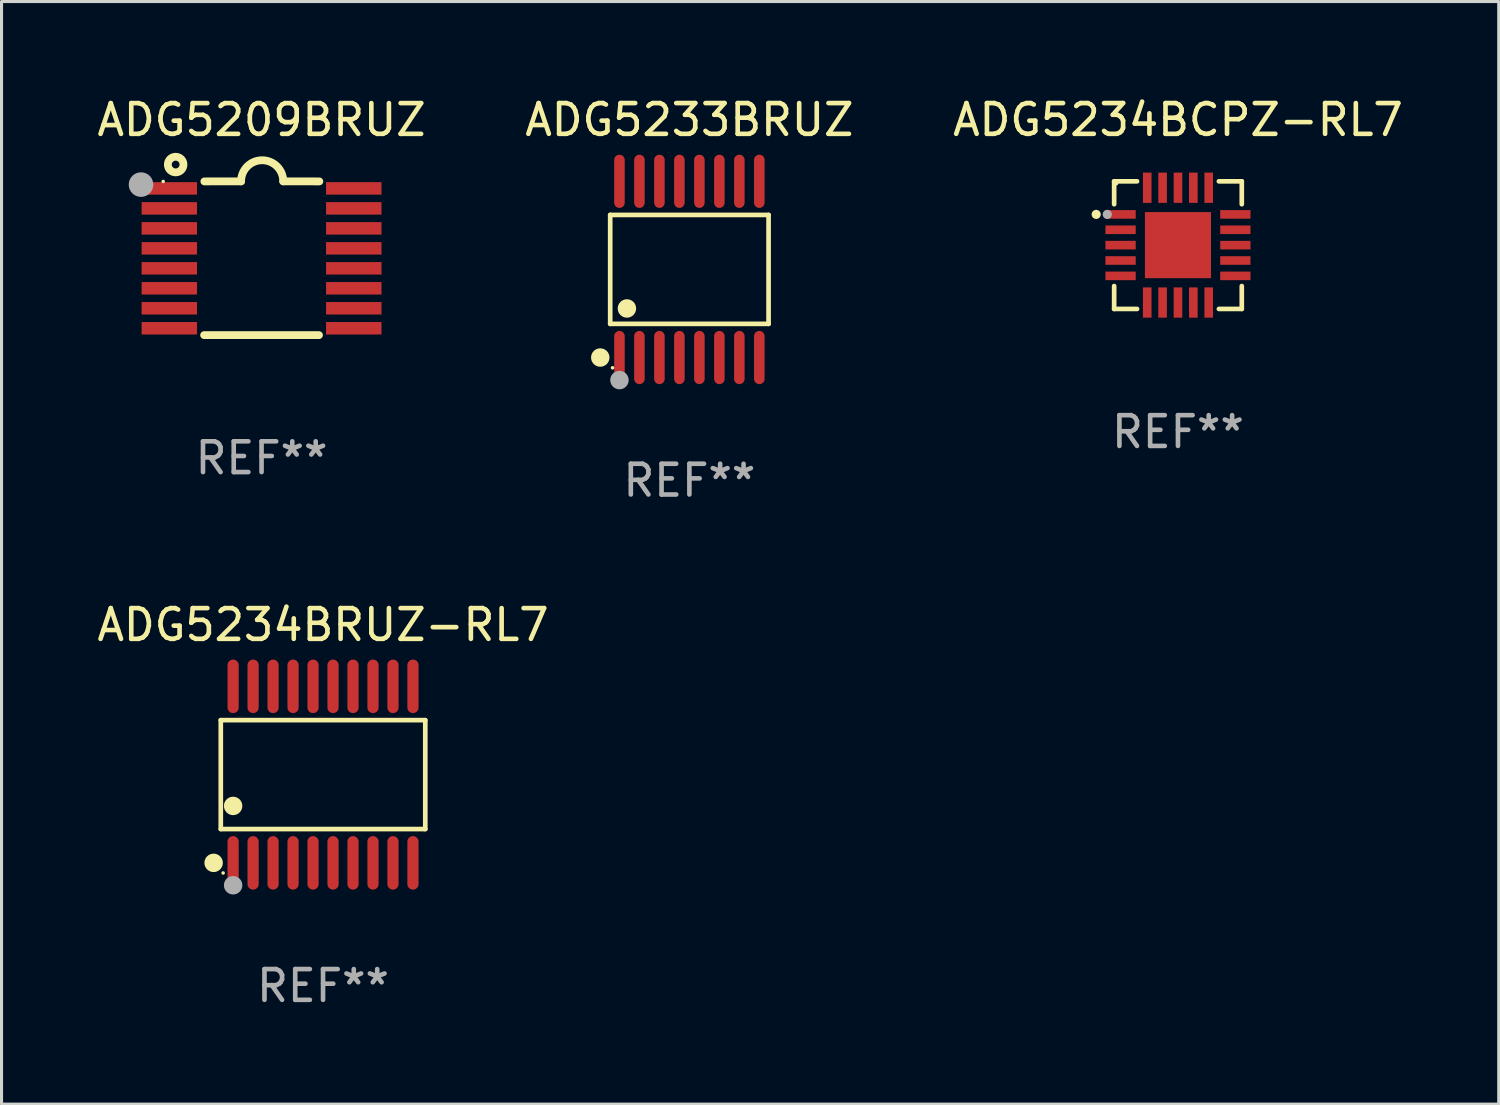
<source format=kicad_pcb>
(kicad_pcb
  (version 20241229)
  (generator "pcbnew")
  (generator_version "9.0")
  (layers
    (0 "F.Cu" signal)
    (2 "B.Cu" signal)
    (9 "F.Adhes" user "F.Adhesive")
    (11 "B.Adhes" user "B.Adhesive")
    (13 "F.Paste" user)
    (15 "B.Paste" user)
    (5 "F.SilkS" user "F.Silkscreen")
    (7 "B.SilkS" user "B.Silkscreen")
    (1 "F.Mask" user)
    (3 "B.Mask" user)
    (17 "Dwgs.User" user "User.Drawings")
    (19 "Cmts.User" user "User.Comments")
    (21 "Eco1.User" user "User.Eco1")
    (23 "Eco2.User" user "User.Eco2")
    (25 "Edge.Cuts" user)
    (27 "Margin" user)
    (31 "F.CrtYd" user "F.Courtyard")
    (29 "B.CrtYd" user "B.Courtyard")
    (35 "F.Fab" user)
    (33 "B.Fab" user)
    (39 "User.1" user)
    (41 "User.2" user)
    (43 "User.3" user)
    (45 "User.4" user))
  (footprint "ADG5234BRUZ-RL7"
    (layer "F.Cu")
    (at 7.458 22.147)
    (property "Reference" "ADG5234BRUZ-RL7" (at 0 -4.871 0) (layer "F.SilkS") (effects (font (size 1 1) (thickness 0.15))))
    (attr through_hole)
    (fp_line (start -3.326 -1.771) (end 3.326 -1.771) (stroke (width 0.152) (type solid)) (layer "F.SilkS"))
    (fp_line (start -3.326 1.771) (end -3.326 -1.771) (stroke (width 0.152) (type solid)) (layer "F.SilkS"))
    (fp_line (start 3.326 -1.771) (end 3.326 1.771) (stroke (width 0.152) (type solid)) (layer "F.SilkS"))
    (fp_line (start 3.326 1.771) (end -3.326 1.771) (stroke (width 0.152) (type solid)) (layer "F.SilkS"))
    (fp_circle (center -3.559 2.871) (end -3.409 2.871) (stroke (width 0.3) (type solid)) (fill no) (layer "F.SilkS"))
    (fp_circle (center -3.25 3.2) (end -3.22 3.2) (stroke (width 0.06) (type solid)) (fill no) (layer "F.SilkS"))
    (fp_circle (center -2.925 1.019) (end -2.775 1.019) (stroke (width 0.3) (type solid)) (fill no) (layer "F.SilkS"))
    (fp_circle (center -2.925 3.6) (end -2.775 3.6) (stroke (width 0.3) (type solid)) (fill no) (layer "F.Fab"))
    (fp_text user "REF**" (at 0 6.871 0) (layer "F.Fab") (effects (font (size 1 1) (thickness 0.15))))
    (pad "1" smd oval (at -2.925 2.871) (size 0.364 1.742) (layers "F.Cu" "F.Mask" "F.Paste"))
    (pad "2" smd oval (at -2.275 2.871) (size 0.364 1.742) (layers "F.Cu" "F.Mask" "F.Paste"))
    (pad "3" smd oval (at -1.625 2.871) (size 0.364 1.742) (layers "F.Cu" "F.Mask" "F.Paste"))
    (pad "4" smd oval (at -0.975 2.871) (size 0.364 1.742) (layers "F.Cu" "F.Mask" "F.Paste"))
    (pad "5" smd oval (at -0.325 2.871) (size 0.364 1.742) (layers "F.Cu" "F.Mask" "F.Paste"))
    (pad "6" smd oval (at 0.325 2.871) (size 0.364 1.742) (layers "F.Cu" "F.Mask" "F.Paste"))
    (pad "7" smd oval (at 0.975 2.871) (size 0.364 1.742) (layers "F.Cu" "F.Mask" "F.Paste"))
    (pad "8" smd oval (at 1.625 2.871) (size 0.364 1.742) (layers "F.Cu" "F.Mask" "F.Paste"))
    (pad "9" smd oval (at 2.275 2.871) (size 0.364 1.742) (layers "F.Cu" "F.Mask" "F.Paste"))
    (pad "10" smd oval (at 2.925 2.871) (size 0.364 1.742) (layers "F.Cu" "F.Mask" "F.Paste"))
    (pad "11" smd oval (at 2.925 -2.871) (size 0.364 1.742) (layers "F.Cu" "F.Mask" "F.Paste"))
    (pad "12" smd oval (at 2.275 -2.871) (size 0.364 1.742) (layers "F.Cu" "F.Mask" "F.Paste"))
    (pad "13" smd oval (at 1.625 -2.871) (size 0.364 1.742) (layers "F.Cu" "F.Mask" "F.Paste"))
    (pad "14" smd oval (at 0.975 -2.871) (size 0.364 1.742) (layers "F.Cu" "F.Mask" "F.Paste"))
    (pad "15" smd oval (at 0.325 -2.871) (size 0.364 1.742) (layers "F.Cu" "F.Mask" "F.Paste"))
    (pad "16" smd oval (at -0.325 -2.871) (size 0.364 1.742) (layers "F.Cu" "F.Mask" "F.Paste"))
    (pad "17" smd oval (at -0.975 -2.871) (size 0.364 1.742) (layers "F.Cu" "F.Mask" "F.Paste"))
    (pad "18" smd oval (at -1.625 -2.871) (size 0.364 1.742) (layers "F.Cu" "F.Mask" "F.Paste"))
    (pad "19" smd oval (at -2.275 -2.871) (size 0.364 1.742) (layers "F.Cu" "F.Mask" "F.Paste"))
    (pad "20" smd oval (at -2.925 -2.871) (size 0.364 1.742) (layers "F.Cu" "F.Mask" "F.Paste")))
  (footprint "ADG5209BRUZ"
    (layer "F.Cu")
    (at 5.458 5.35)
    (property "Reference" "ADG5209BRUZ" (at 0 -4.501 0) (layer "F.SilkS") (effects (font (size 1 1) (thickness 0.15))))
    (attr through_hole)
    (fp_line (start -1.868 2.501) (end 1.868 2.501) (stroke (width 0.254) (type solid)) (layer "F.SilkS"))
    (fp_line (start -1.86 -2.499) (end -0.666 -2.501) (stroke (width 0.254) (type solid)) (layer "F.SilkS"))
    (fp_line (start 0.706 -2.501) (end 1.88 -2.499) (stroke (width 0.254) (type solid)) (layer "F.SilkS"))
    (fp_arc (start -0.665914 -2.501448) (mid 0.019888 -3.18725) (end 0.70569 -2.501448) (stroke (width 0.254001) (type solid)) (layer "F.SilkS"))
    (fp_circle (center -3.2 -2.497) (end -3.17 -2.497) (stroke (width 0.06) (type solid)) (fill no) (layer "F.SilkS"))
    (fp_circle (center -2.794 -3.047) (end -2.54 -3.047) (stroke (width 0.254) (type solid)) (fill no) (layer "F.SilkS"))
    (fp_circle (center -3.921 -2.395) (end -3.721 -2.395) (stroke (width 0.4) (type solid)) (fill no) (layer "F.Fab"))
    (fp_text user "REF**" (at 0 6.501 0) (layer "F.Fab") (effects (font (size 1 1) (thickness 0.15))))
    (pad "1" smd rect (at -3 -2.272) (size 1.803 0.406) (layers "F.Cu" "F.Mask" "F.Paste"))
    (pad "2" smd rect (at -3 -1.622) (size 1.803 0.406) (layers "F.Cu" "F.Mask" "F.Paste"))
    (pad "3" smd rect (at -3 -0.972) (size 1.803 0.406) (layers "F.Cu" "F.Mask" "F.Paste"))
    (pad "4" smd rect (at -3 -0.322) (size 1.803 0.406) (layers "F.Cu" "F.Mask" "F.Paste"))
    (pad "5" smd rect (at -3 0.328) (size 1.803 0.406) (layers "F.Cu" "F.Mask" "F.Paste"))
    (pad "6" smd rect (at -3 0.978) (size 1.803 0.406) (layers "F.Cu" "F.Mask" "F.Paste"))
    (pad "7" smd rect (at -3 1.628) (size 1.803 0.406) (layers "F.Cu" "F.Mask" "F.Paste"))
    (pad "8" smd rect (at -3 2.278) (size 1.803 0.406) (layers "F.Cu" "F.Mask" "F.Paste"))
    (pad "9" smd rect (at 3 2.278) (size 1.803 0.406) (layers "F.Cu" "F.Mask" "F.Paste"))
    (pad "10" smd rect (at 3 1.628) (size 1.803 0.406) (layers "F.Cu" "F.Mask" "F.Paste"))
    (pad "11" smd rect (at 3 0.978) (size 1.803 0.406) (layers "F.Cu" "F.Mask" "F.Paste"))
    (pad "12" smd rect (at 3 0.328) (size 1.803 0.406) (layers "F.Cu" "F.Mask" "F.Paste"))
    (pad "13" smd rect (at 3 -0.322) (size 1.803 0.406) (layers "F.Cu" "F.Mask" "F.Paste"))
    (pad "14" smd rect (at 3 -0.972) (size 1.803 0.406) (layers "F.Cu" "F.Mask" "F.Paste"))
    (pad "15" smd rect (at 3 -1.622) (size 1.803 0.406) (layers "F.Cu" "F.Mask" "F.Paste"))
    (pad "16" smd rect (at 3 -2.272) (size 1.803 0.406) (layers "F.Cu" "F.Mask" "F.Paste")))
  (footprint "ADG5234BCPZ-RL7"
    (layer "F.Cu")
    (at 35.268 4.924)
    (property "Reference" "ADG5234BCPZ-RL7" (at 0 -4.076 0) (layer "F.SilkS") (effects (font (size 1 1) (thickness 0.15))))
    (attr through_hole)
    (fp_line (start -2.076 -2.076) (end -2.076 -1.331) (stroke (width 0.152) (type solid)) (layer "F.SilkS"))
    (fp_line (start -2.076 2.076) (end -2.076 1.331) (stroke (width 0.152) (type solid)) (layer "F.SilkS"))
    (fp_line (start -1.331 -2.076) (end -2.076 -2.076) (stroke (width 0.152) (type solid)) (layer "F.SilkS"))
    (fp_line (start -1.331 2.076) (end -2.076 2.076) (stroke (width 0.152) (type solid)) (layer "F.SilkS"))
    (fp_line (start 1.331 -2.076) (end 2.076 -2.076) (stroke (width 0.152) (type solid)) (layer "F.SilkS"))
    (fp_line (start 1.331 2.076) (end 2.076 2.076) (stroke (width 0.152) (type solid)) (layer "F.SilkS"))
    (fp_line (start 2.076 -2.076) (end 2.076 -1.331) (stroke (width 0.152) (type solid)) (layer "F.SilkS"))
    (fp_line (start 2.076 2.076) (end 2.076 1.331) (stroke (width 0.152) (type solid)) (layer "F.SilkS"))
    (fp_circle (center -2.66 -1) (end -2.585 -1) (stroke (width 0.15) (type solid)) (fill no) (layer "F.SilkS"))
    (fp_circle (center -2 -2) (end -1.97 -2) (stroke (width 0.06) (type solid)) (fill no) (layer "F.SilkS"))
    (fp_circle (center -2.3 -1) (end -2.225 -1) (stroke (width 0.15) (type solid)) (fill no) (layer "F.Fab"))
    (fp_text user "REF**" (at 0 6.076 0) (layer "F.Fab") (effects (font (size 1 1) (thickness 0.15))))
    (pad "1" smd rect (at -1.867 -1) (size 0.985 0.28) (layers "F.Cu" "F.Mask" "F.Paste"))
    (pad "2" smd rect (at -1.867 -0.5) (size 0.985 0.28) (layers "F.Cu" "F.Mask" "F.Paste"))
    (pad "3" smd rect (at -1.867 0) (size 0.985 0.28) (layers "F.Cu" "F.Mask" "F.Paste"))
    (pad "4" smd rect (at -1.867 0.5) (size 0.985 0.28) (layers "F.Cu" "F.Mask" "F.Paste"))
    (pad "5" smd rect (at -1.867 1) (size 0.985 0.28) (layers "F.Cu" "F.Mask" "F.Paste"))
    (pad "6" smd rect (at -1 1.867) (size 0.28 0.985) (layers "F.Cu" "F.Mask" "F.Paste"))
    (pad "7" smd rect (at -0.5 1.867) (size 0.28 0.985) (layers "F.Cu" "F.Mask" "F.Paste"))
    (pad "8" smd rect (at 0 1.867) (size 0.28 0.985) (layers "F.Cu" "F.Mask" "F.Paste"))
    (pad "9" smd rect (at 0.5 1.867) (size 0.28 0.985) (layers "F.Cu" "F.Mask" "F.Paste"))
    (pad "10" smd rect (at 1 1.867) (size 0.28 0.985) (layers "F.Cu" "F.Mask" "F.Paste"))
    (pad "11" smd rect (at 1.867 1) (size 0.985 0.28) (layers "F.Cu" "F.Mask" "F.Paste"))
    (pad "12" smd rect (at 1.867 0.5) (size 0.985 0.28) (layers "F.Cu" "F.Mask" "F.Paste"))
    (pad "13" smd rect (at 1.867 0) (size 0.985 0.28) (layers "F.Cu" "F.Mask" "F.Paste"))
    (pad "14" smd rect (at 1.867 -0.5) (size 0.985 0.28) (layers "F.Cu" "F.Mask" "F.Paste"))
    (pad "15" smd rect (at 1.867 -1) (size 0.985 0.28) (layers "F.Cu" "F.Mask" "F.Paste"))
    (pad "16" smd rect (at 1 -1.867) (size 0.28 0.985) (layers "F.Cu" "F.Mask" "F.Paste"))
    (pad "17" smd rect (at 0.5 -1.867) (size 0.28 0.985) (layers "F.Cu" "F.Mask" "F.Paste"))
    (pad "18" smd rect (at 0 -1.867) (size 0.28 0.985) (layers "F.Cu" "F.Mask" "F.Paste"))
    (pad "19" smd rect (at -0.5 -1.867) (size 0.28 0.985) (layers "F.Cu" "F.Mask" "F.Paste"))
    (pad "20" smd rect (at -1 -1.867) (size 0.28 0.985) (layers "F.Cu" "F.Mask" "F.Paste"))
    (pad "21" smd rect (at 0 0) (size 2.15 2.15) (layers "F.Cu" "F.Mask" "F.Paste")))
  (footprint "ADG5233BRUZ"
    (layer "F.Cu")
    (at 19.375 5.714)
    (property "Reference" "ADG5233BRUZ" (at 0 -4.866 0) (layer "F.SilkS") (effects (font (size 1 1) (thickness 0.15))))
    (attr through_hole)
    (fp_line (start -2.576 -1.772) (end 2.576 -1.772) (stroke (width 0.152) (type solid)) (layer "F.SilkS"))
    (fp_line (start -2.576 1.771) (end -2.576 -1.772) (stroke (width 0.152) (type solid)) (layer "F.SilkS"))
    (fp_line (start 2.576 -1.772) (end 2.576 1.771) (stroke (width 0.152) (type solid)) (layer "F.SilkS"))
    (fp_line (start 2.576 1.771) (end -2.576 1.771) (stroke (width 0.152) (type solid)) (layer "F.SilkS"))
    (fp_circle (center -2.899 2.866) (end -2.749 2.866) (stroke (width 0.3) (type solid)) (fill no) (layer "F.SilkS"))
    (fp_circle (center -2.5 3.2) (end -2.47 3.2) (stroke (width 0.06) (type solid)) (fill no) (layer "F.SilkS"))
    (fp_circle (center -2.032 1.27) (end -1.882 1.27) (stroke (width 0.3) (type solid)) (fill no) (layer "F.SilkS"))
    (fp_circle (center -2.275 3.6) (end -2.125 3.6) (stroke (width 0.3) (type solid)) (fill no) (layer "F.Fab"))
    (fp_text user "REF**" (at 0 6.866 0) (layer "F.Fab") (effects (font (size 1 1) (thickness 0.15))))
    (pad "1" smd oval (at -2.275 2.866) (size 0.343 1.731) (layers "F.Cu" "F.Mask" "F.Paste"))
    (pad "2" smd oval (at -1.625 2.866) (size 0.343 1.731) (layers "F.Cu" "F.Mask" "F.Paste"))
    (pad "3" smd oval (at -0.975 2.866) (size 0.343 1.731) (layers "F.Cu" "F.Mask" "F.Paste"))
    (pad "4" smd oval (at -0.325 2.866) (size 0.343 1.731) (layers "F.Cu" "F.Mask" "F.Paste"))
    (pad "5" smd oval (at 0.325 2.866) (size 0.343 1.731) (layers "F.Cu" "F.Mask" "F.Paste"))
    (pad "6" smd oval (at 0.975 2.866) (size 0.343 1.731) (layers "F.Cu" "F.Mask" "F.Paste"))
    (pad "7" smd oval (at 1.625 2.866) (size 0.343 1.731) (layers "F.Cu" "F.Mask" "F.Paste"))
    (pad "8" smd oval (at 2.275 2.866) (size 0.343 1.731) (layers "F.Cu" "F.Mask" "F.Paste"))
    (pad "9" smd oval (at 2.275 -2.866) (size 0.343 1.731) (layers "F.Cu" "F.Mask" "F.Paste"))
    (pad "10" smd oval (at 1.625 -2.866) (size 0.343 1.731) (layers "F.Cu" "F.Mask" "F.Paste"))
    (pad "11" smd oval (at 0.975 -2.866) (size 0.343 1.731) (layers "F.Cu" "F.Mask" "F.Paste"))
    (pad "12" smd oval (at 0.325 -2.866) (size 0.343 1.731) (layers "F.Cu" "F.Mask" "F.Paste"))
    (pad "13" smd oval (at -0.325 -2.866) (size 0.343 1.731) (layers "F.Cu" "F.Mask" "F.Paste"))
    (pad "14" smd oval (at -0.975 -2.866) (size 0.343 1.731) (layers "F.Cu" "F.Mask" "F.Paste"))
    (pad "15" smd oval (at -1.625 -2.866) (size 0.343 1.731) (layers "F.Cu" "F.Mask" "F.Paste"))
    (pad "16" smd oval (at -2.275 -2.866) (size 0.343 1.731) (layers "F.Cu" "F.Mask" "F.Paste")))
  (gr_rect
    (start -3 -3)
    (end 45.702 32.866)
    (stroke (width 0.1) (type default))
    (fill no)
    (layer "Edge.Cuts")))
</source>
